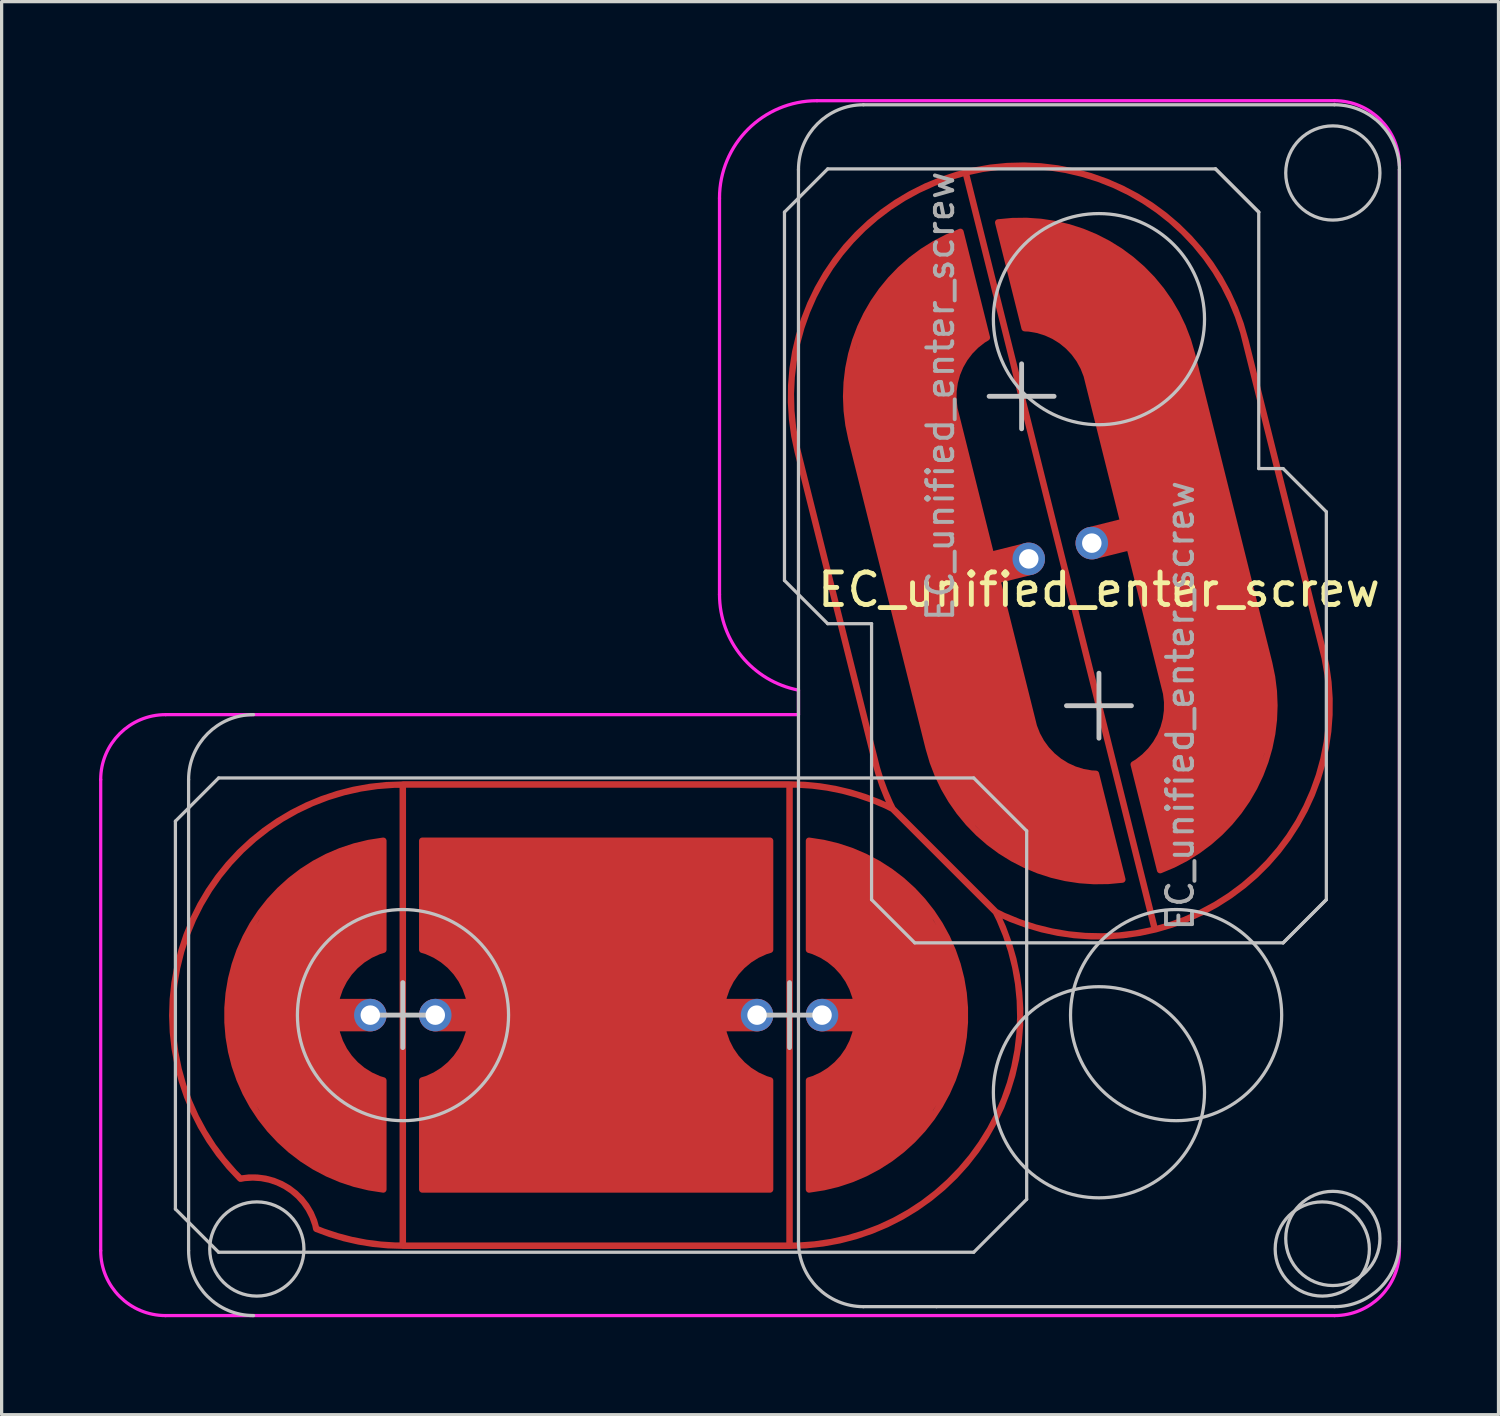
<source format=kicad_pcb>
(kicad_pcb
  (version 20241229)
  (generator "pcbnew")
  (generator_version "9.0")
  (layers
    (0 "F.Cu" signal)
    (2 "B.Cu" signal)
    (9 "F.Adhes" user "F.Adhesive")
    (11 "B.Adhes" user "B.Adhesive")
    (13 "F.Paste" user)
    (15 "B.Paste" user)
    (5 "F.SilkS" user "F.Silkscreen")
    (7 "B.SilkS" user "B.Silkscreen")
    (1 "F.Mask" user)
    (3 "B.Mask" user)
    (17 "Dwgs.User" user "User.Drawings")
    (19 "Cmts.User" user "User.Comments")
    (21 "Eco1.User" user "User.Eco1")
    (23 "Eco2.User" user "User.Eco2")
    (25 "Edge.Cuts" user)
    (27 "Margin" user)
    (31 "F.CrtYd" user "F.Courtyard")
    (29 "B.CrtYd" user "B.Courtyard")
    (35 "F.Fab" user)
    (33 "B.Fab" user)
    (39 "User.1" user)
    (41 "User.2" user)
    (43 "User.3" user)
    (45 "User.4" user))
  (footprint "EC_unified_enter_screw"
    (layer "F.Cu")
    (at 30.781 18.675)
    (property "Reference" "EC_unified_enter_screw" (at 0 -3.572 0) (layer "F.SilkS") (effects (font (size 1 1) (thickness 0.15))))
    (attr through_hole)
    (fp_line (start -28.431 15.495) (end -28.431 3.555) (stroke (width 0.1) (type solid)) (layer "Dwgs.User"))
    (fp_line (start -28.025 2.275) (end -28.025 16.775) (stroke (width 0.1) (type solid)) (layer "Dwgs.User"))
    (fp_line (start -27.101 2.225) (end -28.431 3.555) (stroke (width 0.1) (type solid)) (layer "Dwgs.User"))
    (fp_line (start -27.101 2.225) (end -3.855 2.225) (stroke (width 0.1) (type solid)) (layer "Dwgs.User"))
    (fp_line (start -27.101 16.825) (end -28.431 15.495) (stroke (width 0.1) (type solid)) (layer "Dwgs.User"))
    (fp_line (start -21.431 8.525) (end -21.431 10.525) (stroke (width 0.15) (type default)) (layer "Dwgs.User"))
    (fp_line (start -20.431 9.525) (end -22.431 9.525) (stroke (width 0.15) (type default)) (layer "Dwgs.User"))
    (fp_line (start -9.681 -15.195) (end -8.351 -16.525) (stroke (width 0.1) (type solid)) (layer "Dwgs.User"))
    (fp_line (start -9.681 -3.855) (end -9.681 -15.195) (stroke (width 0.1) (type solid)) (layer "Dwgs.User"))
    (fp_line (start -9.525 8.525) (end -9.525 10.525) (stroke (width 0.15) (type default)) (layer "Dwgs.User"))
    (fp_line (start -9.25 16.5) (end -9.25 -16.5) (stroke (width 0.1) (type solid)) (layer "Dwgs.User"))
    (fp_line (start -8.525 9.525) (end -10.525 9.525) (stroke (width 0.15) (type default)) (layer "Dwgs.User"))
    (fp_line (start -8.351 -16.525) (end 3.589 -16.525) (stroke (width 0.1) (type solid)) (layer "Dwgs.User"))
    (fp_line (start -8.351 -2.525) (end -9.681 -3.855) (stroke (width 0.1) (type solid)) (layer "Dwgs.User"))
    (fp_line (start -7.25 -18.5) (end 7.25 -18.5) (stroke (width 0.1) (type solid)) (layer "Dwgs.User"))
    (fp_line (start -7 -2.525) (end -8.351 -2.525) (stroke (width 0.1) (type solid)) (layer "Dwgs.User"))
    (fp_line (start -7 5.97) (end -7 -2.525) (stroke (width 0.1) (type solid)) (layer "Dwgs.User"))
    (fp_line (start -5.67 7.3) (end -7 5.97) (stroke (width 0.1) (type solid)) (layer "Dwgs.User"))
    (fp_line (start -5 18.5) (end -7.25 18.5) (stroke (width 0.1) (type solid)) (layer "Dwgs.User"))
    (fp_line (start -5 18.5) (end 7.25 18.5) (stroke (width 0.1) (type solid)) (layer "Dwgs.User"))
    (fp_line (start -3.855 2.225) (end -2.225 3.855) (stroke (width 0.1) (type solid)) (layer "Dwgs.User"))
    (fp_line (start -3.855 16.825) (end -27.101 16.825) (stroke (width 0.1) (type solid)) (layer "Dwgs.User"))
    (fp_line (start -3.381 -9.525) (end -1.381 -9.525) (stroke (width 0.15) (type default)) (layer "Dwgs.User"))
    (fp_line (start -2.381 -10.525) (end -2.381 -8.525) (stroke (width 0.15) (type default)) (layer "Dwgs.User"))
    (fp_line (start -2.225 3.855) (end -2.225 15.195) (stroke (width 0.1) (type solid)) (layer "Dwgs.User"))
    (fp_line (start -2.225 15.195) (end -3.855 16.825) (stroke (width 0.1) (type solid)) (layer "Dwgs.User"))
    (fp_line (start -1 0) (end 1 0) (stroke (width 0.15) (type default)) (layer "Dwgs.User"))
    (fp_line (start 0 -1) (end 0 1) (stroke (width 0.15) (type default)) (layer "Dwgs.User"))
    (fp_line (start 3.589 -16.525) (end 4.919 -15.195) (stroke (width 0.1) (type solid)) (layer "Dwgs.User"))
    (fp_line (start 4.919 -15.195) (end 3.589 -16.525) (stroke (width 0.1) (type solid)) (layer "Dwgs.User"))
    (fp_line (start 4.919 -15.195) (end 4.919 -7.3) (stroke (width 0.1) (type solid)) (layer "Dwgs.User"))
    (fp_line (start 4.919 -7.3) (end 5.67 -7.3) (stroke (width 0.1) (type solid)) (layer "Dwgs.User"))
    (fp_line (start 5.67 -7.3) (end 7 -5.97) (stroke (width 0.1) (type solid)) (layer "Dwgs.User"))
    (fp_line (start 5.67 7.3) (end -5.67 7.3) (stroke (width 0.1) (type solid)) (layer "Dwgs.User"))
    (fp_line (start 5.67 7.3) (end 7 5.97) (stroke (width 0.1) (type solid)) (layer "Dwgs.User"))
    (fp_line (start 7 -5.97) (end 7 5.97) (stroke (width 0.1) (type solid)) (layer "Dwgs.User"))
    (fp_line (start 7 5.97) (end 5.67 7.3) (stroke (width 0.1) (type solid)) (layer "Dwgs.User"))
    (fp_line (start 9.25 16.5) (end 9.25 -16.5) (stroke (width 0.1) (type solid)) (layer "Dwgs.User"))
    (fp_arc (start -28.025 2.275) (mid -27.439214 0.860786) (end -26.025 0.275) (stroke (width 0.1) (type solid)) (layer "Dwgs.User"))
    (fp_arc (start -26.025 18.775) (mid -27.439214 18.189214) (end -28.025 16.775) (stroke (width 0.1) (type solid)) (layer "Dwgs.User"))
    (fp_arc (start -9.25 -16.5) (mid -8.664214 -17.914214) (end -7.25 -18.5) (stroke (width 0.1) (type solid)) (layer "Dwgs.User"))
    (fp_arc (start -7.25 18.5) (mid -8.664214 17.914214) (end -9.25 16.5) (stroke (width 0.1) (type solid)) (layer "Dwgs.User"))
    (fp_arc (start 7.25 -18.5) (mid 8.664214 -17.914214) (end 9.25 -16.5) (stroke (width 0.1) (type solid)) (layer "Dwgs.User"))
    (fp_arc (start 9.25 16.5) (mid 8.664214 17.914214) (end 7.25 18.5) (stroke (width 0.1) (type solid)) (layer "Dwgs.User"))
    (fp_circle (center -25.925 16.725) (end -24.475 16.725) (stroke (width 0.1) (type solid)) (fill no) (layer "Dwgs.User"))
    (fp_circle (center -21.425 9.525) (end -18.175 9.525) (stroke (width 0.1) (type solid)) (fill no) (layer "Dwgs.User"))
    (fp_circle (center 0 -11.9) (end 0 -15.15) (stroke (width 0.1) (type solid)) (fill no) (layer "Dwgs.User"))
    (fp_circle (center 0 11.9) (end 0 8.65) (stroke (width 0.1) (type solid)) (fill no) (layer "Dwgs.User"))
    (fp_circle (center 2.375 9.525) (end 5.625 9.525) (stroke (width 0.1) (type solid)) (fill no) (layer "Dwgs.User"))
    (fp_circle (center 6.875 16.725) (end 8.325 16.725) (stroke (width 0.1) (type solid)) (fill no) (layer "Dwgs.User"))
    (fp_circle (center 7.2 -16.4) (end 7.2 -17.85) (stroke (width 0.1) (type solid)) (fill no) (layer "Dwgs.User"))
    (fp_circle (center 7.2 16.4) (end 7.2 14.95) (stroke (width 0.1) (type solid)) (fill no) (layer "Dwgs.User"))
    (fp_line (start -30.731 16.775) (end -30.731 2.275) (stroke (width 0.1) (type solid)) (layer "F.CrtYd"))
    (fp_line (start -28.731 0.275) (end -9.25 0.275) (stroke (width 0.1) (type solid)) (layer "F.CrtYd"))
    (fp_line (start -28.731 18.775) (end 7.25 18.775) (stroke (width 0.1) (type solid)) (layer "F.CrtYd"))
    (fp_line (start -11.681 -3.425) (end -11.681 -15.625) (stroke (width 0.1) (type solid)) (layer "F.CrtYd"))
    (fp_line (start -9.25 0.275) (end -9.25 -0.479) (stroke (width 0.1) (type solid)) (layer "F.CrtYd"))
    (fp_line (start -8.681 -18.625) (end 7.25 -18.625) (stroke (width 0.1) (type solid)) (layer "F.CrtYd"))
    (fp_line (start 9.25 16.775) (end 9.25 -16.5) (stroke (width 0.1) (type solid)) (layer "F.CrtYd"))
    (fp_arc (start -30.73125 2.275) (mid -30.145464 0.860786) (end -28.73125 0.275) (stroke (width 0.1) (type solid)) (layer "F.CrtYd"))
    (fp_arc (start -28.73125 18.775) (mid -30.145464 18.189214) (end -30.73125 16.775) (stroke (width 0.1) (type solid)) (layer "F.CrtYd"))
    (fp_arc (start -11.68125 -15.625) (mid -10.80257 -17.74632) (end -8.68125 -18.625) (stroke (width 0.1) (type solid)) (layer "F.CrtYd"))
    (fp_arc (start -9.25 -0.479456) (mid -10.994917 -1.515352) (end -11.68125 -3.425001) (stroke (width 0.1) (type solid)) (layer "F.CrtYd"))
    (fp_arc (start 7.25 -18.625) (mid 8.664214 -18.039214) (end 9.25 -16.625) (stroke (width 0.1) (type solid)) (layer "F.CrtYd"))
    (fp_arc (start 9.25 16.775) (mid 8.664214 18.189214) (end 7.25 18.775) (stroke (width 0.1) (type solid)) (layer "F.CrtYd"))
    (fp_text user "${REFERENCE}" (at 2.5 0 270) (layer "F.Fab") (effects (font (size 0.8 0.8) (thickness 0.12))))
    (fp_text user "${REFERENCE}" (at -4.881 -9.525 90) (layer "F.Fab") (effects (font (size 0.8 0.8) (thickness 0.12))))
    (pad "" smd circle (at -22.431 9.525) (size 0.55 0.55) (layers "F.Mask"))
    (pad "" smd circle (at -20.431 9.525) (size 0.55 0.55) (layers "F.Mask"))
    (pad "" smd circle (at -10.525 9.525) (size 0.55 0.55) (layers "F.Mask"))
    (pad "" smd circle (at -8.525 9.525) (size 0.55 0.55) (layers "F.Mask"))
    (pad "" smd circle (at -2.161 -4.52 14.036) (size 0.55 0.55) (layers "F.Mask"))
    (pad "" smd circle (at -0.22 -5.005 14.036) (size 0.55 0.55) (layers "F.Mask"))
    (pad "1" smd custom (at -9.525 9.525 90) (size 0.2 0.2) (layers "F.Cu") (options (anchor circle)) (primitives (gr_line (start 7.1 0) (end -7.1 0) (width 0.2)) (gr_line (start -7.1 0) (end -7.1 -11.906) (width 0.2)) (gr_arc (start -7.097652 -11.90625) (mid -6.966758 -13.263064) (end -6.578906 -14.569833) (width 0.2)) (gr_line (start 7.1 -11.906) (end -7.1 -11.906) (width 0.2)) (gr_arc (start -5.03634 -16.904526) (mid 2.702929 -18.466864) (end 7.095596 -11.90625) (width 0.2)) (gr_line (start 7.1 0) (end 7.1 -11.906) (width 0.2)) (gr_arc (start 7.1 0) (mid 6.910235 1.630539) (end 6.351082 3.173918) (width 0.2)) (gr_arc (start 6.351082 3.173918) (mid 7.062365 2.865764) (end 7.803002 2.636987) (width 0.2)) (gr_line (start 17.328 0.256) (end 7.803 2.637) (width 0.2)) (gr_arc (start 17.328002 0.255737) (mid 25.938013 5.421752) (end 20.771998 14.031763) (width 0.2)) (gr_line (start 25.938 5.422) (end 2.637 11.247) (width 0.2)) (gr_arc (start 11.246998 16.413013) (mid 3.987156 13.968229) (end 3.173918 6.351082) (width 0.2)) (gr_line (start 20.772 14.032) (end 11.247 16.413) (width 0.2)) (gr_line (start 6.351 3.174) (end 3.174 6.351) (width 0.2)) (gr_arc (start 3.173917 6.351083) (mid -3.733309 6.039239) (end -7.1 0) (width 0.2)) (gr_arc (start -5.03634 -16.904526) (mid -5.331329 -15.422486) (end -6.578905 -14.569833) (width 0.2))))
    (pad "2" smd custom (at -25.531 9.525) (size 0.2 0.2) (layers "F.Cu") (options (anchor circle)) (primitives (gr_poly (pts (xy 3.1 5.3) (xy 2.1 5) (xy 1.1 4.5) (xy 0.1 3.6) (xy -0.9 2) (xy -1.2 1) (xy -1.3 0) (xy -1.2 -1) (xy -0.9 -2) (xy 0.1 -3.6) (xy 1.1 -4.5) (xy 2.1 -5) (xy 3.1 -5.3) (xy 3.5 -5.367) (xy 3.5 -2.012) (xy 3.1 -1.8) (xy 2.2 -1) (xy 2 0) (xy 2.2 1) (xy 3.1 1.8) (xy 3.5 2.012) (xy 3.5 5.367)) (width 0) (fill yes)) (gr_line (start 3.1 0) (end 0.6 0) (width 1)) (gr_line (start 3.5 2.012) (end 3.5 5.367) (width 0.2)) (gr_line (start 3.5 -2.012) (end 3.5 -5.367) (width 0.2)) (gr_arc (start 3.5 5.366562) (mid -1.299999 0.001944) (end 3.496136 -5.366129) (width 0.2)) (gr_arc (start 3.5 2.01246) (mid 2.000002 0.001775) (end 3.496598 -2.011443) (width 0.2))))
    (pad "2" thru_hole circle (at -22.431 9.525) (size 1 1) (drill 0.6) (layers "*.Cu" "B.Mask"))
    (pad "3" thru_hole circle (at -20.431 9.525) (size 1 1) (drill 0.6) (layers "*.Cu" "B.Mask"))
    (pad "3" smd circle (at -15.325 9.525) (size 0.2 0.2) (layers "F.Cu"))
    (pad "3" smd custom (at -13.625 9.525) (size 0.2 0.2) (layers "F.Cu") (options (anchor circle)) (primitives (gr_poly (pts (xy -7.206 5.367) (xy -7.206 2.012) (xy -6.806 1.8) (xy -6.3 1.467) (xy -5.906 1) (xy -5.706 -0.002) (xy -5.906 -1) (xy -6.3 -1.433) (xy -6.806 -1.8) (xy -7.206 -2.012) (xy -7.206 -5.367) (xy 3.5 -5.367) (xy 3.5 -2.012) (xy 3.1 -1.8) (xy 2.2 -1) (xy 2 0) (xy 2.2 1) (xy 3.1 1.8) (xy 3.5 2.012) (xy 3.5 5.367)) (width 0) (fill yes)) (gr_line (start 3.1 0) (end 0.6 0) (width 1)) (gr_line (start 3.5 2.012) (end 3.5 5.367) (width 0.2)) (gr_line (start 3.5 -2.012) (end 3.5 -5.367) (width 0.2)) (gr_arc (start 3.5 2.01246) (mid 2.000002 0.001775) (end 3.496598 -2.011443) (width 0.2)) (gr_line (start -7.206 5.367) (end 3.5 5.367) (width 0.2)) (gr_poly (pts (xy -6.806 -5.3) (xy -5.806 -5) (xy -4.806 -4.5) (xy -3.806 -3.6) (xy -2.806 -2) (xy -2.506 -1) (xy -2.406 0) (xy -2.506 1) (xy -2.806 2) (xy -3.806 3.6) (xy -4.806 4.5) (xy -5.806 5) (xy -7.206 5.367) (xy -7.206 2.012) (xy -6.806 1.8) (xy -5.906 1) (xy -5.706 0) (xy -5.906 -1) (xy -6.806 -1.8) (xy -7.206 -2.012) (xy -7.206 -5.367)) (width 0) (fill yes)) (gr_line (start 3.5 2.012) (end 3.5 5.367) (width 0.2)) (gr_line (start -7.202 2.012) (end -7.202 5.366) (width 0.2)) (gr_line (start -7.206 -2.012) (end -7.206 -5.367) (width 0.2)) (gr_line (start -7.206 2.012) (end -7.206 5.367) (width 0.2)) (gr_line (start -4.306 0) (end -6.806 0) (width 1)) (gr_arc (start -7.20625 -2.01246) (mid -5.706252 -0.001775) (end -7.202848 2.011443) (width 0.2)) (gr_line (start -7.206 -2.012) (end -7.206 -5.367) (width 0.2)) (gr_line (start -7.206 -5.367) (end 3.5 -5.367) (width 0.2)) (gr_line (start 3.5 -2.012) (end 3.5 -5.367) (width 0.2))))
    (pad "3" thru_hole circle (at -10.525 9.525) (size 1 1) (drill 0.6) (layers "*.Cu" "B.Mask"))
    (pad "4" thru_hole circle (at -8.525 9.525) (size 1 1) (drill 0.6) (layers "*.Cu" "B.Mask"))
    (pad "4" smd custom (at -5.425 9.525) (size 0.2 0.2) (layers "F.Cu") (options (anchor circle)) (primitives (gr_poly (pts (xy -3.1 -5.3) (xy -2.1 -5) (xy -1.1 -4.5) (xy -0.1 -3.6) (xy 0.9 -2) (xy 1.2 -1) (xy 1.3 0) (xy 1.2 1) (xy 0.9 2) (xy -0.1 3.6) (xy -1.1 4.5) (xy -2.1 5) (xy -3.5 5.367) (xy -3.5 2.012) (xy -3.1 1.8) (xy -2.2 1) (xy -2 0) (xy -2.2 -1) (xy -3.1 -1.8) (xy -3.5 -2.012) (xy -3.5 -5.367)) (width 0) (fill yes)) (gr_line (start -3.5 -2.012) (end -3.5 -5.367) (width 0.2)) (gr_arc (start -3.5 -2.01246) (mid -2.000002 -0.001775) (end -3.496598 2.011443) (width 0.2)) (gr_arc (start -3.5 -5.366562) (mid 1.299999 -0.001944) (end -3.496136 5.366129) (width 0.2)) (gr_line (start -3.5 2.012) (end -3.5 5.367) (width 0.2)) (gr_line (start -0.6 0) (end -3.1 0) (width 1))))
    (pad "5" smd custom (at -6.359 -8.531 14.036) (size 0.2 0.2) (layers "F.Cu") (options (anchor circle)) (primitives (gr_poly (pts (xy -1.3 0) (xy -1.2 -1) (xy -0.9 -2) (xy 0.1 -3.6) (xy 1.1 -4.5) (xy 2.1 -5) (xy 3.1 -5.3) (xy 3.5 -5.367) (xy 3.5 -2.012) (xy 3.1 -1.8) (xy 2.2 -1) (xy 2 0)) (width 0) (fill yes)) (gr_line (start 3.5 -2.012) (end 3.5 -5.367) (width 0.2)) (gr_arc (start -1.299999 0) (mid 0.073783 -3.598551) (end 3.496138 -5.366129) (width 0.2)) (gr_arc (start 2.000001 0) (mid 2.415194 -1.253565) (end 3.496597 -2.011442) (width 0.2)) (gr_poly (pts (xy 2 0) (xy -1.3 0) (xy -1.3 9.818) (xy 2 9.818)) (width 0.2) (fill yes)) (gr_poly (pts (xy 3.1 15.118) (xy 2.1 14.818) (xy 1.1 14.318) (xy 0.1 13.418) (xy -0.9 11.818) (xy -1.2 10.818) (xy -1.3 9.818) (xy 2 9.818) (xy 2.2 10.818) (xy 3.1 11.618) (xy 3.5 11.831) (xy 3.5 15.185)) (width 0) (fill yes)) (gr_line (start 3.5 11.831) (end 3.5 15.185) (width 0.2)) (gr_arc (start 3.500005 15.184707) (mid 0.075085 13.418144) (end -1.299992 9.818145) (width 0.2)) (gr_arc (start 3.500006 11.830605) (mid 2.416265 11.073133) (end 2.000015 9.818145) (width 0.2)) (gr_line (start 3.1 4.909) (end 0.6 4.909) (width 1))))
    (pad "5" thru_hole circle (at -2.161 -4.52 14.036) (size 1 1) (drill 0.6) (layers "*.Cu" "B.Mask"))
    (pad "6" thru_hole circle (at -0.22 -5.005 14.036) (size 1 1) (drill 0.6) (layers "*.Cu" "B.Mask"))
    (pad "6" smd custom (at 3.978 -0.994 14.036) (size 0.2 0.2) (layers "F.Cu") (options (anchor circle)) (primitives (gr_poly (pts (xy 1.3 0) (xy 1.2 1) (xy 0.9 2) (xy -0.1 3.6) (xy -1.1 4.5) (xy -2.1 5) (xy -3.5 5.367) (xy -3.5 2.012) (xy -3.1 1.8) (xy -2.2 1) (xy -2 0)) (width 0) (fill yes)) (gr_line (start -3.5 2.012) (end -3.5 5.367) (width 0.2)) (gr_arc (start 1.299999 0) (mid -0.073783 3.59855) (end -3.496137 5.366129) (width 0.2)) (gr_arc (start -2.000001 0) (mid -2.415195 1.253566) (end -3.496599 2.011443) (width 0.2)) (gr_poly (pts (xy 1.3 0) (xy 1.3 -9.818) (xy -2 -9.818) (xy -2 0)) (width 0.2) (fill yes)) (gr_poly (pts (xy -3.1 -15.118) (xy -2.1 -14.818) (xy -1.1 -14.318) (xy -0.1 -13.418) (xy 0.473 -12.669) (xy 0.9 -11.818) (xy 1.2 -10.818) (xy 1.3 -9.818) (xy -2 -9.818) (xy -2.2 -10.818) (xy -3.1 -11.618) (xy -3.5 -11.831) (xy -3.5 -15.185)) (width 0) (fill yes)) (gr_line (start -3.5 -11.831) (end -3.5 -15.185) (width 0.2)) (gr_arc (start -3.500007 -11.830605) (mid -2.416263 -11.073134) (end -2.000008 -9.818145) (width 0.2)) (gr_arc (start -3.500007 -15.184709) (mid -0.075083 -13.418146) (end 1.299995 -9.818145) (width 0.2)) (gr_line (start -0.6 -4.909) (end -3.1 -4.909) (width 1))))
    (zone (net_name "") (layer "F.Cu") (hatch edge 0.508) (connect_pads) (min_thickness 0.254) (filled_areas_thickness no) (keepout (tracks allowed) (vias allowed) (pads allowed) (copperpour not_allowed) (footprints allowed)) (placement (enabled no)) (fill) (polygon (pts (xy 21.512 10.872) (xy 21.366 9.878) (xy 21.342 8.956) (xy 21.463 7.792) (xy 21.706 6.7) (xy 22.24 5.536) (xy 23.088 4.396) (xy 23.937 3.669) (xy 24.81 3.038) (xy 25.732 2.602) (xy 26.678 2.262) (xy 27.672 2.116) (xy 28.691 2.068) (xy 29.758 2.213) (xy 30.85 2.456) (xy 32.038 3.087) (xy 33.154 3.838) (xy 33.881 4.687) (xy 34.512 5.56) (xy 34.948 6.482) (xy 35.288 7.428) (xy 37.669 16.953) (xy 37.815 17.947) (xy 37.863 18.966) (xy 37.718 20.033) (xy 37.524 20.906) (xy 36.869 22.41) (xy 36.093 23.429) (xy 35.268 24.253) (xy 34.371 24.787) (xy 33.449 25.223) (xy 32.503 25.563) (xy 31.509 25.709) (xy 30.49 25.757) (xy 29.423 25.612) (xy 28.332 25.369) (xy 27.581 24.975) (xy 24.481 21.875) (xy 24.233 21.343) (xy 23.893 20.397))))
    (zone (net_name "") (layer "F.Cu") (hatch edge 0.508) (connect_pads) (min_thickness 0.254) (filled_areas_thickness no) (keepout (tracks allowed) (vias allowed) (pads allowed) (copperpour not_allowed) (footprints allowed)) (placement (enabled no)) (fill) (polygon (pts (xy 21.256 21.1) (xy 22.256 21.2) (xy 23.156 21.4) (xy 24.431 21.875) (xy 27.581 25.025) (xy 28.056 26.2) (xy 28.256 27.2) (xy 28.356 28.2) (xy 28.256 29.2) (xy 28.056 30.2) (xy 27.656 31.2) (xy 27.156 32.2) (xy 26.256 33.2) (xy 25.256 34.1) (xy 24.256 34.6) (xy 23.256 35) (xy 22.256 35.2) (xy 21.256 35.3) (xy 9.35 35.3) (xy 8.35 35.2) (xy 7.35 35) (xy 6.649 34.872) (xy 6.581 34.475) (xy 6.481 34.175) (xy 6.181 33.775) (xy 5.681 33.375) (xy 5.081 33.275) (xy 4.25 33.2) (xy 3.45 32.2) (xy 2.85 31.2) (xy 2.55 30.2) (xy 2.35 29.2) (xy 2.25 28.2) (xy 2.35 27.2) (xy 2.55 26.2) (xy 2.95 25.2) (xy 3.45 24.2) (xy 4.35 23.2) (xy 5.35 22.3) (xy 6.35 21.8) (xy 7.35 21.4) (xy 8.35 21.2) (xy 9.35 21.1)))))
  (gr_rect
    (start -3 -3)
    (end 43.081 40.5)
    (stroke (width 0.1) (type default))
    (fill no)
    (layer "Edge.Cuts")))
</source>
